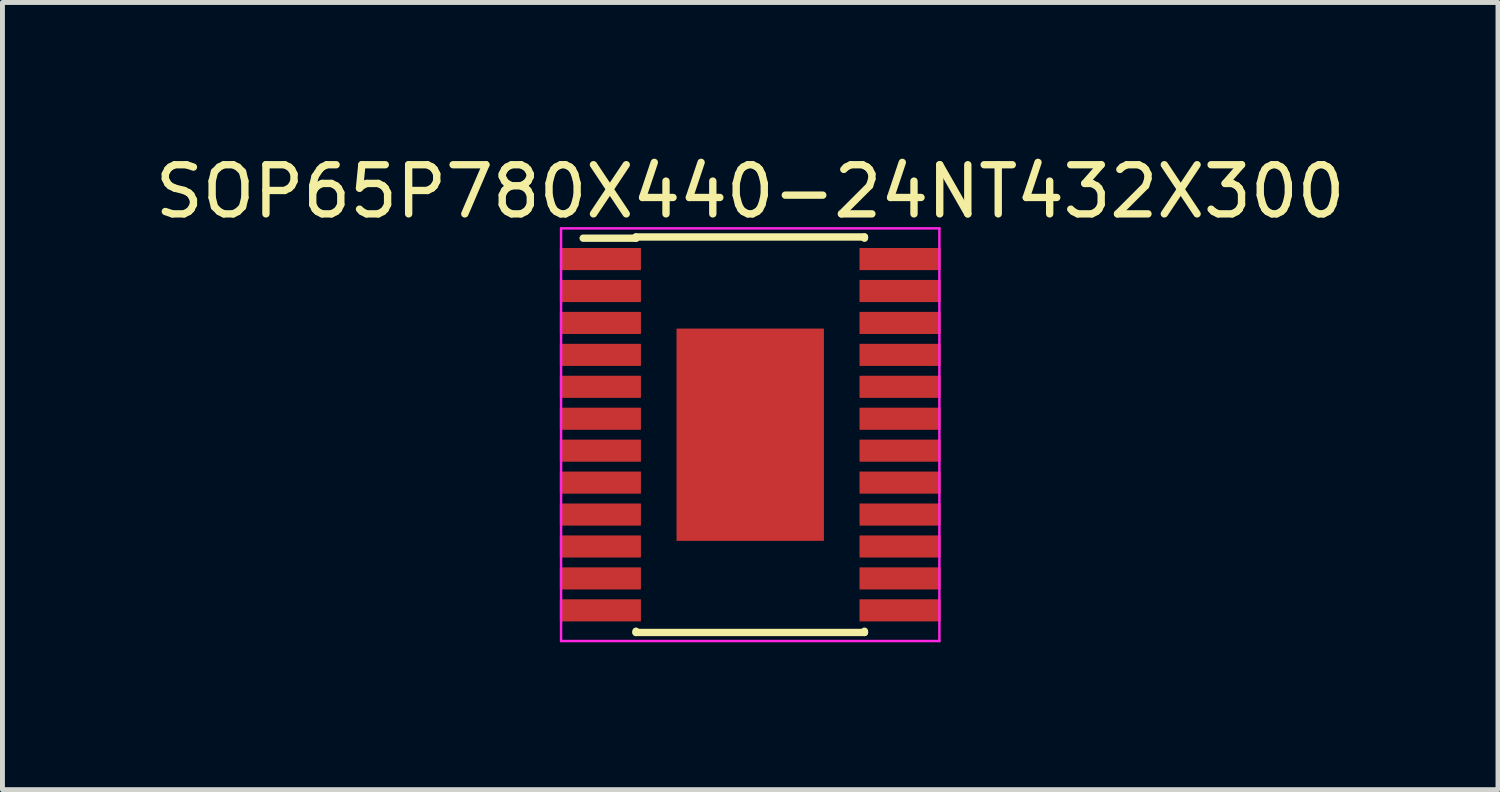
<source format=kicad_pcb>
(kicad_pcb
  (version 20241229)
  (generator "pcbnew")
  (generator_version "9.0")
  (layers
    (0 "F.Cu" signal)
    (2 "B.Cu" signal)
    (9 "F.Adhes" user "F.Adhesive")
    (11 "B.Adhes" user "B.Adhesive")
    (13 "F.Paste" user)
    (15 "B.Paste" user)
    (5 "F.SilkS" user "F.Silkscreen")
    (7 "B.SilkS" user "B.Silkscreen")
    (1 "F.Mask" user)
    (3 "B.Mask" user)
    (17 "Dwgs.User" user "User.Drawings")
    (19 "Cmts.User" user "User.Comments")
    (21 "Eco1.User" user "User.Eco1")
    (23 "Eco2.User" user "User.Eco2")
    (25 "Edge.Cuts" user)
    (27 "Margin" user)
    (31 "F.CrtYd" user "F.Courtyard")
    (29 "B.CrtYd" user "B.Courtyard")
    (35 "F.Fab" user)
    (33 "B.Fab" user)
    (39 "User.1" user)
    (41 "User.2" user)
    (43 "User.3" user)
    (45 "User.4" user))
  (footprint "SOP65P780X440-24NT432X300"
    (layer "F.Cu")
    (at 12.22 5.798)
    (property "Reference" "SOP65P780X440-24NT432X300" (at 0 -4.95 0) (layer "F.SilkS") (effects (font (size 1 1) (thickness 0.15))))
    (attr smd)
    (fp_line (start -2.325 -4.025) (end -2.325 -4) (stroke (width 0.15) (type solid)) (layer "F.SilkS"))
    (fp_line (start -2.325 -4.025) (end 2.325 -4.025) (stroke (width 0.15) (type solid)) (layer "F.SilkS"))
    (fp_line (start -2.325 -4) (end -3.4 -4) (stroke (width 0.15) (type solid)) (layer "F.SilkS"))
    (fp_line (start -2.325 4.025) (end -2.325 4) (stroke (width 0.15) (type solid)) (layer "F.SilkS"))
    (fp_line (start -2.325 4.025) (end 2.325 4.025) (stroke (width 0.15) (type solid)) (layer "F.SilkS"))
    (fp_line (start 2.325 -4.025) (end 2.325 -4) (stroke (width 0.15) (type solid)) (layer "F.SilkS"))
    (fp_line (start 2.325 4.025) (end 2.325 4) (stroke (width 0.15) (type solid)) (layer "F.SilkS"))
    (fp_line (start -3.85 -4.2) (end -3.85 4.2) (stroke (width 0.05) (type solid)) (layer "F.CrtYd"))
    (fp_line (start -3.85 -4.2) (end 3.85 -4.2) (stroke (width 0.05) (type solid)) (layer "F.CrtYd"))
    (fp_line (start -3.85 4.2) (end 3.85 4.2) (stroke (width 0.05) (type solid)) (layer "F.CrtYd"))
    (fp_line (start 3.85 -4.2) (end 3.85 4.2) (stroke (width 0.05) (type solid)) (layer "F.CrtYd"))
    (pad "1" smd rect (at -3.05 -3.575) (size 1.65 0.45) (layers "F.Cu" "F.Mask" "F.Paste"))
    (pad "2" smd rect (at -3.05 -2.925) (size 1.65 0.45) (layers "F.Cu" "F.Mask" "F.Paste"))
    (pad "3" smd rect (at -3.05 -2.275) (size 1.65 0.45) (layers "F.Cu" "F.Mask" "F.Paste"))
    (pad "4" smd rect (at -3.05 -1.625) (size 1.65 0.45) (layers "F.Cu" "F.Mask" "F.Paste"))
    (pad "5" smd rect (at -3.05 -0.975) (size 1.65 0.45) (layers "F.Cu" "F.Mask" "F.Paste"))
    (pad "6" smd rect (at -3.05 -0.325) (size 1.65 0.45) (layers "F.Cu" "F.Mask" "F.Paste"))
    (pad "7" smd rect (at -3.05 0.325) (size 1.65 0.45) (layers "F.Cu" "F.Mask" "F.Paste"))
    (pad "8" smd rect (at -3.05 0.975) (size 1.65 0.45) (layers "F.Cu" "F.Mask" "F.Paste"))
    (pad "9" smd rect (at -3.05 1.625) (size 1.65 0.45) (layers "F.Cu" "F.Mask" "F.Paste"))
    (pad "10" smd rect (at -3.05 2.275) (size 1.65 0.45) (layers "F.Cu" "F.Mask" "F.Paste"))
    (pad "11" smd rect (at -3.05 2.925) (size 1.65 0.45) (layers "F.Cu" "F.Mask" "F.Paste"))
    (pad "12" smd rect (at -3.05 3.575) (size 1.65 0.45) (layers "F.Cu" "F.Mask" "F.Paste"))
    (pad "13" smd rect (at 3.05 3.575) (size 1.65 0.45) (layers "F.Cu" "F.Mask" "F.Paste"))
    (pad "14" smd rect (at 3.05 2.925) (size 1.65 0.45) (layers "F.Cu" "F.Mask" "F.Paste"))
    (pad "15" smd rect (at 3.05 2.275) (size 1.65 0.45) (layers "F.Cu" "F.Mask" "F.Paste"))
    (pad "16" smd rect (at 3.05 1.625) (size 1.65 0.45) (layers "F.Cu" "F.Mask" "F.Paste"))
    (pad "17" smd rect (at 3.05 0.975) (size 1.65 0.45) (layers "F.Cu" "F.Mask" "F.Paste"))
    (pad "18" smd rect (at 3.05 0.325) (size 1.65 0.45) (layers "F.Cu" "F.Mask" "F.Paste"))
    (pad "19" smd rect (at 3.05 -0.325) (size 1.65 0.45) (layers "F.Cu" "F.Mask" "F.Paste"))
    (pad "20" smd rect (at 3.05 -0.975) (size 1.65 0.45) (layers "F.Cu" "F.Mask" "F.Paste"))
    (pad "21" smd rect (at 3.05 -1.625) (size 1.65 0.45) (layers "F.Cu" "F.Mask" "F.Paste"))
    (pad "22" smd rect (at 3.05 -2.275) (size 1.65 0.45) (layers "F.Cu" "F.Mask" "F.Paste"))
    (pad "23" smd rect (at 3.05 -2.925) (size 1.65 0.45) (layers "F.Cu" "F.Mask" "F.Paste"))
    (pad "24" smd rect (at 3.05 -3.575) (size 1.65 0.45) (layers "F.Cu" "F.Mask" "F.Paste"))
    (pad "25" smd rect (at 0 0) (size 3 4.32) (layers "F.Cu" "F.Mask" "F.Paste")))
  (gr_rect
    (start -3 -3)
    (end 27.44 13.023)
    (stroke (width 0.1) (type default))
    (fill no)
    (layer "Edge.Cuts")))
</source>
